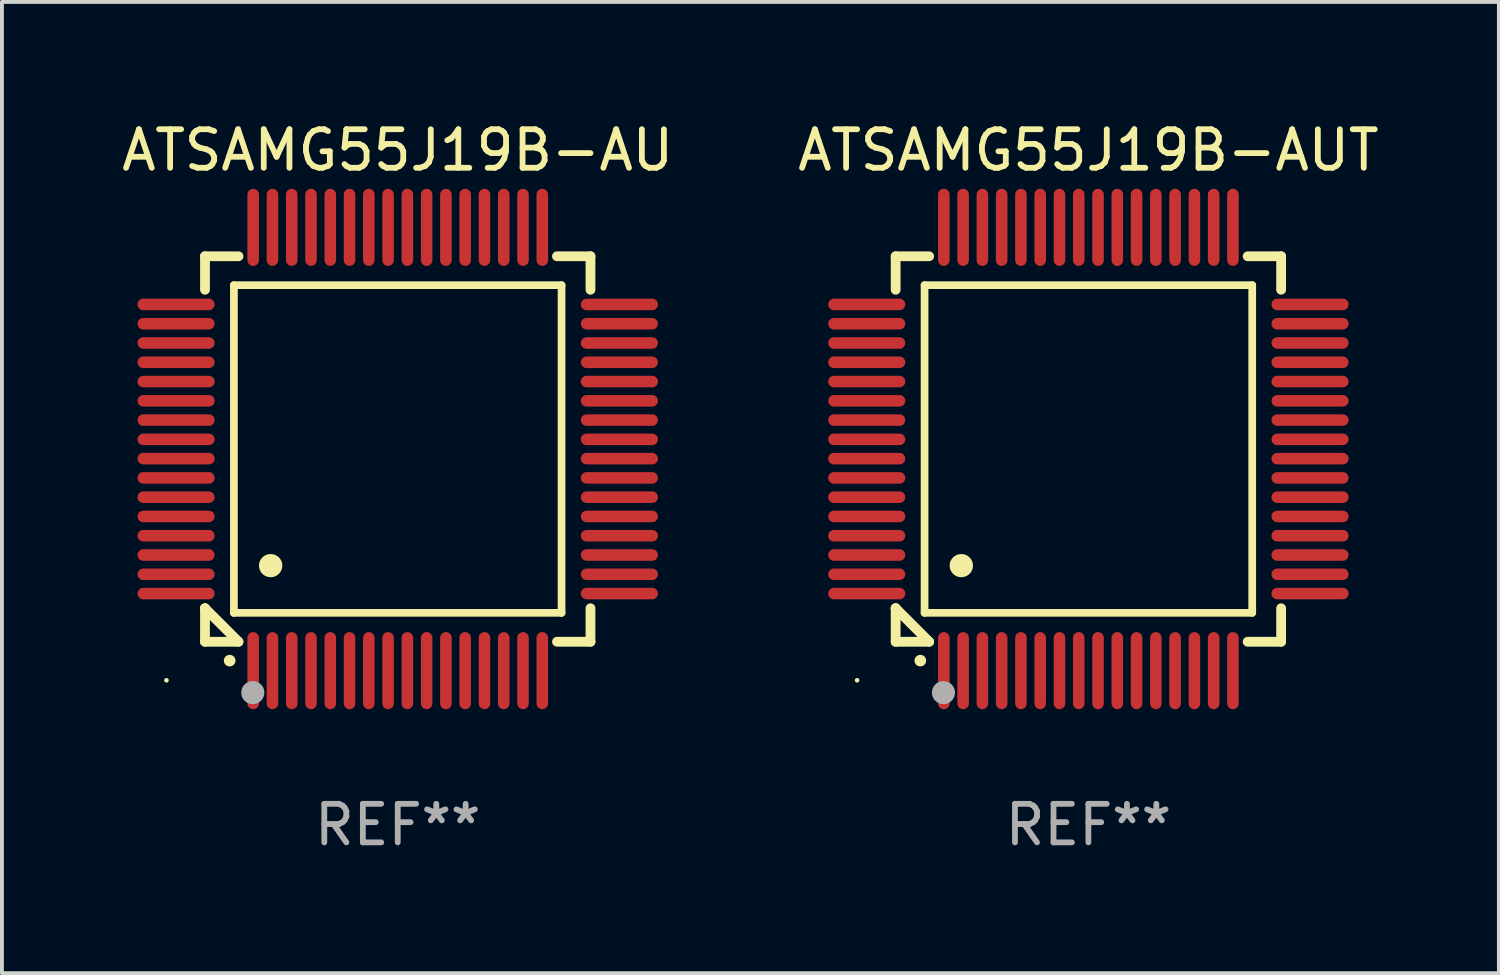
<source format=kicad_pcb>
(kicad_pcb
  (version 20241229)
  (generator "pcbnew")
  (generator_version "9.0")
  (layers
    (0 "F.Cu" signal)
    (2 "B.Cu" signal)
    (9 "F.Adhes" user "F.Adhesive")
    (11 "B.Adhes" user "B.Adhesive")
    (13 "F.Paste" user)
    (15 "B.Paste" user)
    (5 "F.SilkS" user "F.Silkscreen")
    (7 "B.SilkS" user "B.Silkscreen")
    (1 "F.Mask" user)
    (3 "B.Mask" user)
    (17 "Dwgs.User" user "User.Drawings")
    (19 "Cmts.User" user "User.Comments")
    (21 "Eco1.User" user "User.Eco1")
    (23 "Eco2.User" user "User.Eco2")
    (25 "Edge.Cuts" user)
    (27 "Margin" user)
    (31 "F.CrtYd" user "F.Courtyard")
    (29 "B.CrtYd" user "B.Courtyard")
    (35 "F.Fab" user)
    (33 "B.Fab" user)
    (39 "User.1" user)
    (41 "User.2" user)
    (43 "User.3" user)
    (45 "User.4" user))
  (footprint "ATSAMG55J19B-AU"
    (layer "F.Cu")
    (at 7.268 8.598)
    (property "Reference" "ATSAMG55J19B-AU" (at 0 -7.75 0) (layer "F.SilkS") (effects (font (size 1 1) (thickness 0.15))))
    (attr through_hole)
    (fp_line (start -5 -5) (end -4.131 -5) (stroke (width 0.254) (type solid)) (layer "F.SilkS"))
    (fp_line (start -5 -4.131) (end -5 -5) (stroke (width 0.254) (type solid)) (layer "F.SilkS"))
    (fp_line (start -5 4.131) (end -5 4.131) (stroke (width 0.254) (type solid)) (layer "F.SilkS"))
    (fp_line (start -5 5) (end -5 4.131) (stroke (width 0.254) (type solid)) (layer "F.SilkS"))
    (fp_line (start -5 4.131) (end -4.131 5) (stroke (width 0.254) (type solid)) (layer "F.SilkS"))
    (fp_line (start -4.25 -4.25) (end -4.25 4.25) (stroke (width 0.2) (type solid)) (layer "F.SilkS"))
    (fp_line (start -4.25 4.25) (end 4.25 4.25) (stroke (width 0.2) (type solid)) (layer "F.SilkS"))
    (fp_line (start -4.131 5) (end -5 5) (stroke (width 0.254) (type solid)) (layer "F.SilkS"))
    (fp_line (start 4.25 -4.25) (end -4.25 -4.25) (stroke (width 0.2) (type solid)) (layer "F.SilkS"))
    (fp_line (start 4.25 4.25) (end 4.25 -4.25) (stroke (width 0.2) (type solid)) (layer "F.SilkS"))
    (fp_line (start 5 -5) (end 4.131 -5) (stroke (width 0.254) (type solid)) (layer "F.SilkS"))
    (fp_line (start 5 -5) (end 5 -4.131) (stroke (width 0.254) (type solid)) (layer "F.SilkS"))
    (fp_line (start 5 4.131) (end 5 5) (stroke (width 0.254) (type solid)) (layer "F.SilkS"))
    (fp_line (start 5 5) (end 4.131 5) (stroke (width 0.254) (type solid)) (layer "F.SilkS"))
    (fp_arc (start -4.361265 5.489992) (mid -4.359995 5.489987) (end -4.358725 5.489992) (stroke (width 0.3) (type solid)) (layer "F.SilkS"))
    (fp_arc (start -3.299467 3.025146) (mid -3.296927 3.025135) (end -3.294387 3.025146) (stroke (width 0.6) (type solid)) (layer "F.SilkS"))
    (fp_circle (center -6 6) (end -5.97 6) (stroke (width 0.06) (type solid)) (fill no) (layer "F.SilkS"))
    (fp_circle (center -3.76 6.32) (end -3.61 6.32) (stroke (width 0.3) (type solid)) (fill no) (layer "F.Fab"))
    (fp_text user "REF**" (at 0 9.75 0) (layer "F.Fab") (effects (font (size 1 1) (thickness 0.15))))
    (pad "1" smd oval (at -3.75 5.75) (size 0.3 2) (layers "F.Cu" "F.Mask" "F.Paste"))
    (pad "2" smd oval (at -3.25 5.75) (size 0.3 2) (layers "F.Cu" "F.Mask" "F.Paste"))
    (pad "3" smd oval (at -2.75 5.75) (size 0.3 2) (layers "F.Cu" "F.Mask" "F.Paste"))
    (pad "4" smd oval (at -2.25 5.75) (size 0.3 2) (layers "F.Cu" "F.Mask" "F.Paste"))
    (pad "5" smd oval (at -1.75 5.75) (size 0.3 2) (layers "F.Cu" "F.Mask" "F.Paste"))
    (pad "6" smd oval (at -1.25 5.75) (size 0.3 2) (layers "F.Cu" "F.Mask" "F.Paste"))
    (pad "7" smd oval (at -0.75 5.75) (size 0.3 2) (layers "F.Cu" "F.Mask" "F.Paste"))
    (pad "8" smd oval (at -0.25 5.75) (size 0.3 2) (layers "F.Cu" "F.Mask" "F.Paste"))
    (pad "9" smd oval (at 0.25 5.75) (size 0.3 2) (layers "F.Cu" "F.Mask" "F.Paste"))
    (pad "10" smd oval (at 0.75 5.75) (size 0.3 2) (layers "F.Cu" "F.Mask" "F.Paste"))
    (pad "11" smd oval (at 1.25 5.75) (size 0.3 2) (layers "F.Cu" "F.Mask" "F.Paste"))
    (pad "12" smd oval (at 1.75 5.75) (size 0.3 2) (layers "F.Cu" "F.Mask" "F.Paste"))
    (pad "13" smd oval (at 2.25 5.75) (size 0.3 2) (layers "F.Cu" "F.Mask" "F.Paste"))
    (pad "14" smd oval (at 2.75 5.75) (size 0.3 2) (layers "F.Cu" "F.Mask" "F.Paste"))
    (pad "15" smd oval (at 3.25 5.75) (size 0.3 2) (layers "F.Cu" "F.Mask" "F.Paste"))
    (pad "16" smd oval (at 3.75 5.75) (size 0.3 2) (layers "F.Cu" "F.Mask" "F.Paste"))
    (pad "17" smd oval (at 5.75 3.75) (size 2 0.3) (layers "F.Cu" "F.Mask" "F.Paste"))
    (pad "18" smd oval (at 5.75 3.25) (size 2 0.3) (layers "F.Cu" "F.Mask" "F.Paste"))
    (pad "19" smd oval (at 5.75 2.75) (size 2 0.3) (layers "F.Cu" "F.Mask" "F.Paste"))
    (pad "20" smd oval (at 5.75 2.25) (size 2 0.3) (layers "F.Cu" "F.Mask" "F.Paste"))
    (pad "21" smd oval (at 5.75 1.75) (size 2 0.3) (layers "F.Cu" "F.Mask" "F.Paste"))
    (pad "22" smd oval (at 5.75 1.25) (size 2 0.3) (layers "F.Cu" "F.Mask" "F.Paste"))
    (pad "23" smd oval (at 5.75 0.75) (size 2 0.3) (layers "F.Cu" "F.Mask" "F.Paste"))
    (pad "24" smd oval (at 5.75 0.25) (size 2 0.3) (layers "F.Cu" "F.Mask" "F.Paste"))
    (pad "25" smd oval (at 5.75 -0.25) (size 2 0.3) (layers "F.Cu" "F.Mask" "F.Paste"))
    (pad "26" smd oval (at 5.75 -0.75) (size 2 0.3) (layers "F.Cu" "F.Mask" "F.Paste"))
    (pad "27" smd oval (at 5.75 -1.25) (size 2 0.3) (layers "F.Cu" "F.Mask" "F.Paste"))
    (pad "28" smd oval (at 5.75 -1.75) (size 2 0.3) (layers "F.Cu" "F.Mask" "F.Paste"))
    (pad "29" smd oval (at 5.75 -2.25) (size 2 0.3) (layers "F.Cu" "F.Mask" "F.Paste"))
    (pad "30" smd oval (at 5.75 -2.75) (size 2 0.3) (layers "F.Cu" "F.Mask" "F.Paste"))
    (pad "31" smd oval (at 5.75 -3.25) (size 2 0.3) (layers "F.Cu" "F.Mask" "F.Paste"))
    (pad "32" smd oval (at 5.75 -3.75) (size 2 0.3) (layers "F.Cu" "F.Mask" "F.Paste"))
    (pad "33" smd oval (at 3.75 -5.75) (size 0.3 2) (layers "F.Cu" "F.Mask" "F.Paste"))
    (pad "34" smd oval (at 3.25 -5.75) (size 0.3 2) (layers "F.Cu" "F.Mask" "F.Paste"))
    (pad "35" smd oval (at 2.75 -5.75) (size 0.3 2) (layers "F.Cu" "F.Mask" "F.Paste"))
    (pad "36" smd oval (at 2.25 -5.75) (size 0.3 2) (layers "F.Cu" "F.Mask" "F.Paste"))
    (pad "37" smd oval (at 1.75 -5.75) (size 0.3 2) (layers "F.Cu" "F.Mask" "F.Paste"))
    (pad "38" smd oval (at 1.25 -5.75) (size 0.3 2) (layers "F.Cu" "F.Mask" "F.Paste"))
    (pad "39" smd oval (at 0.75 -5.75) (size 0.3 2) (layers "F.Cu" "F.Mask" "F.Paste"))
    (pad "40" smd oval (at 0.25 -5.75) (size 0.3 2) (layers "F.Cu" "F.Mask" "F.Paste"))
    (pad "41" smd oval (at -0.25 -5.75) (size 0.3 2) (layers "F.Cu" "F.Mask" "F.Paste"))
    (pad "42" smd oval (at -0.75 -5.75) (size 0.3 2) (layers "F.Cu" "F.Mask" "F.Paste"))
    (pad "43" smd oval (at -1.25 -5.75) (size 0.3 2) (layers "F.Cu" "F.Mask" "F.Paste"))
    (pad "44" smd oval (at -1.75 -5.75) (size 0.3 2) (layers "F.Cu" "F.Mask" "F.Paste"))
    (pad "45" smd oval (at -2.25 -5.75) (size 0.3 2) (layers "F.Cu" "F.Mask" "F.Paste"))
    (pad "46" smd oval (at -2.75 -5.75) (size 0.3 2) (layers "F.Cu" "F.Mask" "F.Paste"))
    (pad "47" smd oval (at -3.25 -5.75) (size 0.3 2) (layers "F.Cu" "F.Mask" "F.Paste"))
    (pad "48" smd oval (at -3.75 -5.75) (size 0.3 2) (layers "F.Cu" "F.Mask" "F.Paste"))
    (pad "49" smd oval (at -5.75 -3.75) (size 2 0.3) (layers "F.Cu" "F.Mask" "F.Paste"))
    (pad "50" smd oval (at -5.75 -3.25) (size 2 0.3) (layers "F.Cu" "F.Mask" "F.Paste"))
    (pad "51" smd oval (at -5.75 -2.75) (size 2 0.3) (layers "F.Cu" "F.Mask" "F.Paste"))
    (pad "52" smd oval (at -5.75 -2.25) (size 2 0.3) (layers "F.Cu" "F.Mask" "F.Paste"))
    (pad "53" smd oval (at -5.75 -1.75) (size 2 0.3) (layers "F.Cu" "F.Mask" "F.Paste"))
    (pad "54" smd oval (at -5.75 -1.25) (size 2 0.3) (layers "F.Cu" "F.Mask" "F.Paste"))
    (pad "55" smd oval (at -5.75 -0.75) (size 2 0.3) (layers "F.Cu" "F.Mask" "F.Paste"))
    (pad "56" smd oval (at -5.75 -0.25) (size 2 0.3) (layers "F.Cu" "F.Mask" "F.Paste"))
    (pad "57" smd oval (at -5.75 0.25) (size 2 0.3) (layers "F.Cu" "F.Mask" "F.Paste"))
    (pad "58" smd oval (at -5.75 0.75) (size 2 0.3) (layers "F.Cu" "F.Mask" "F.Paste"))
    (pad "59" smd oval (at -5.75 1.25) (size 2 0.3) (layers "F.Cu" "F.Mask" "F.Paste"))
    (pad "60" smd oval (at -5.75 1.75) (size 2 0.3) (layers "F.Cu" "F.Mask" "F.Paste"))
    (pad "61" smd oval (at -5.75 2.25) (size 2 0.3) (layers "F.Cu" "F.Mask" "F.Paste"))
    (pad "62" smd oval (at -5.75 2.75) (size 2 0.3) (layers "F.Cu" "F.Mask" "F.Paste"))
    (pad "63" smd oval (at -5.75 3.25) (size 2 0.3) (layers "F.Cu" "F.Mask" "F.Paste"))
    (pad "64" smd oval (at -5.75 3.75) (size 2 0.3) (layers "F.Cu" "F.Mask" "F.Paste")))
  (footprint "ATSAMG55J19B-AUT"
    (layer "F.Cu")
    (at 25.185 8.598)
    (property "Reference" "ATSAMG55J19B-AUT" (at 0 -7.75 0) (layer "F.SilkS") (effects (font (size 1 1) (thickness 0.15))))
    (attr through_hole)
    (fp_line (start -5 -5) (end -4.131 -5) (stroke (width 0.254) (type solid)) (layer "F.SilkS"))
    (fp_line (start -5 -4.131) (end -5 -5) (stroke (width 0.254) (type solid)) (layer "F.SilkS"))
    (fp_line (start -5 4.131) (end -5 4.131) (stroke (width 0.254) (type solid)) (layer "F.SilkS"))
    (fp_line (start -5 5) (end -5 4.131) (stroke (width 0.254) (type solid)) (layer "F.SilkS"))
    (fp_line (start -5 4.131) (end -4.131 5) (stroke (width 0.254) (type solid)) (layer "F.SilkS"))
    (fp_line (start -4.25 -4.25) (end -4.25 4.25) (stroke (width 0.2) (type solid)) (layer "F.SilkS"))
    (fp_line (start -4.25 4.25) (end 4.25 4.25) (stroke (width 0.2) (type solid)) (layer "F.SilkS"))
    (fp_line (start -4.131 5) (end -5 5) (stroke (width 0.254) (type solid)) (layer "F.SilkS"))
    (fp_line (start 4.25 -4.25) (end -4.25 -4.25) (stroke (width 0.2) (type solid)) (layer "F.SilkS"))
    (fp_line (start 4.25 4.25) (end 4.25 -4.25) (stroke (width 0.2) (type solid)) (layer "F.SilkS"))
    (fp_line (start 5 -5) (end 4.131 -5) (stroke (width 0.254) (type solid)) (layer "F.SilkS"))
    (fp_line (start 5 -5) (end 5 -4.131) (stroke (width 0.254) (type solid)) (layer "F.SilkS"))
    (fp_line (start 5 4.131) (end 5 5) (stroke (width 0.254) (type solid)) (layer "F.SilkS"))
    (fp_line (start 5 5) (end 4.131 5) (stroke (width 0.254) (type solid)) (layer "F.SilkS"))
    (fp_arc (start -4.361265 5.489992) (mid -4.359995 5.489987) (end -4.358725 5.489992) (stroke (width 0.3) (type solid)) (layer "F.SilkS"))
    (fp_arc (start -3.299467 3.025146) (mid -3.296927 3.025135) (end -3.294387 3.025146) (stroke (width 0.6) (type solid)) (layer "F.SilkS"))
    (fp_circle (center -6 6) (end -5.97 6) (stroke (width 0.06) (type solid)) (fill no) (layer "F.SilkS"))
    (fp_circle (center -3.76 6.32) (end -3.61 6.32) (stroke (width 0.3) (type solid)) (fill no) (layer "F.Fab"))
    (fp_text user "REF**" (at 0 9.75 0) (layer "F.Fab") (effects (font (size 1 1) (thickness 0.15))))
    (pad "1" smd oval (at -3.75 5.75) (size 0.3 2) (layers "F.Cu" "F.Mask" "F.Paste"))
    (pad "2" smd oval (at -3.25 5.75) (size 0.3 2) (layers "F.Cu" "F.Mask" "F.Paste"))
    (pad "3" smd oval (at -2.75 5.75) (size 0.3 2) (layers "F.Cu" "F.Mask" "F.Paste"))
    (pad "4" smd oval (at -2.25 5.75) (size 0.3 2) (layers "F.Cu" "F.Mask" "F.Paste"))
    (pad "5" smd oval (at -1.75 5.75) (size 0.3 2) (layers "F.Cu" "F.Mask" "F.Paste"))
    (pad "6" smd oval (at -1.25 5.75) (size 0.3 2) (layers "F.Cu" "F.Mask" "F.Paste"))
    (pad "7" smd oval (at -0.75 5.75) (size 0.3 2) (layers "F.Cu" "F.Mask" "F.Paste"))
    (pad "8" smd oval (at -0.25 5.75) (size 0.3 2) (layers "F.Cu" "F.Mask" "F.Paste"))
    (pad "9" smd oval (at 0.25 5.75) (size 0.3 2) (layers "F.Cu" "F.Mask" "F.Paste"))
    (pad "10" smd oval (at 0.75 5.75) (size 0.3 2) (layers "F.Cu" "F.Mask" "F.Paste"))
    (pad "11" smd oval (at 1.25 5.75) (size 0.3 2) (layers "F.Cu" "F.Mask" "F.Paste"))
    (pad "12" smd oval (at 1.75 5.75) (size 0.3 2) (layers "F.Cu" "F.Mask" "F.Paste"))
    (pad "13" smd oval (at 2.25 5.75) (size 0.3 2) (layers "F.Cu" "F.Mask" "F.Paste"))
    (pad "14" smd oval (at 2.75 5.75) (size 0.3 2) (layers "F.Cu" "F.Mask" "F.Paste"))
    (pad "15" smd oval (at 3.25 5.75) (size 0.3 2) (layers "F.Cu" "F.Mask" "F.Paste"))
    (pad "16" smd oval (at 3.75 5.75) (size 0.3 2) (layers "F.Cu" "F.Mask" "F.Paste"))
    (pad "17" smd oval (at 5.75 3.75) (size 2 0.3) (layers "F.Cu" "F.Mask" "F.Paste"))
    (pad "18" smd oval (at 5.75 3.25) (size 2 0.3) (layers "F.Cu" "F.Mask" "F.Paste"))
    (pad "19" smd oval (at 5.75 2.75) (size 2 0.3) (layers "F.Cu" "F.Mask" "F.Paste"))
    (pad "20" smd oval (at 5.75 2.25) (size 2 0.3) (layers "F.Cu" "F.Mask" "F.Paste"))
    (pad "21" smd oval (at 5.75 1.75) (size 2 0.3) (layers "F.Cu" "F.Mask" "F.Paste"))
    (pad "22" smd oval (at 5.75 1.25) (size 2 0.3) (layers "F.Cu" "F.Mask" "F.Paste"))
    (pad "23" smd oval (at 5.75 0.75) (size 2 0.3) (layers "F.Cu" "F.Mask" "F.Paste"))
    (pad "24" smd oval (at 5.75 0.25) (size 2 0.3) (layers "F.Cu" "F.Mask" "F.Paste"))
    (pad "25" smd oval (at 5.75 -0.25) (size 2 0.3) (layers "F.Cu" "F.Mask" "F.Paste"))
    (pad "26" smd oval (at 5.75 -0.75) (size 2 0.3) (layers "F.Cu" "F.Mask" "F.Paste"))
    (pad "27" smd oval (at 5.75 -1.25) (size 2 0.3) (layers "F.Cu" "F.Mask" "F.Paste"))
    (pad "28" smd oval (at 5.75 -1.75) (size 2 0.3) (layers "F.Cu" "F.Mask" "F.Paste"))
    (pad "29" smd oval (at 5.75 -2.25) (size 2 0.3) (layers "F.Cu" "F.Mask" "F.Paste"))
    (pad "30" smd oval (at 5.75 -2.75) (size 2 0.3) (layers "F.Cu" "F.Mask" "F.Paste"))
    (pad "31" smd oval (at 5.75 -3.25) (size 2 0.3) (layers "F.Cu" "F.Mask" "F.Paste"))
    (pad "32" smd oval (at 5.75 -3.75) (size 2 0.3) (layers "F.Cu" "F.Mask" "F.Paste"))
    (pad "33" smd oval (at 3.75 -5.75) (size 0.3 2) (layers "F.Cu" "F.Mask" "F.Paste"))
    (pad "34" smd oval (at 3.25 -5.75) (size 0.3 2) (layers "F.Cu" "F.Mask" "F.Paste"))
    (pad "35" smd oval (at 2.75 -5.75) (size 0.3 2) (layers "F.Cu" "F.Mask" "F.Paste"))
    (pad "36" smd oval (at 2.25 -5.75) (size 0.3 2) (layers "F.Cu" "F.Mask" "F.Paste"))
    (pad "37" smd oval (at 1.75 -5.75) (size 0.3 2) (layers "F.Cu" "F.Mask" "F.Paste"))
    (pad "38" smd oval (at 1.25 -5.75) (size 0.3 2) (layers "F.Cu" "F.Mask" "F.Paste"))
    (pad "39" smd oval (at 0.75 -5.75) (size 0.3 2) (layers "F.Cu" "F.Mask" "F.Paste"))
    (pad "40" smd oval (at 0.25 -5.75) (size 0.3 2) (layers "F.Cu" "F.Mask" "F.Paste"))
    (pad "41" smd oval (at -0.25 -5.75) (size 0.3 2) (layers "F.Cu" "F.Mask" "F.Paste"))
    (pad "42" smd oval (at -0.75 -5.75) (size 0.3 2) (layers "F.Cu" "F.Mask" "F.Paste"))
    (pad "43" smd oval (at -1.25 -5.75) (size 0.3 2) (layers "F.Cu" "F.Mask" "F.Paste"))
    (pad "44" smd oval (at -1.75 -5.75) (size 0.3 2) (layers "F.Cu" "F.Mask" "F.Paste"))
    (pad "45" smd oval (at -2.25 -5.75) (size 0.3 2) (layers "F.Cu" "F.Mask" "F.Paste"))
    (pad "46" smd oval (at -2.75 -5.75) (size 0.3 2) (layers "F.Cu" "F.Mask" "F.Paste"))
    (pad "47" smd oval (at -3.25 -5.75) (size 0.3 2) (layers "F.Cu" "F.Mask" "F.Paste"))
    (pad "48" smd oval (at -3.75 -5.75) (size 0.3 2) (layers "F.Cu" "F.Mask" "F.Paste"))
    (pad "49" smd oval (at -5.75 -3.75) (size 2 0.3) (layers "F.Cu" "F.Mask" "F.Paste"))
    (pad "50" smd oval (at -5.75 -3.25) (size 2 0.3) (layers "F.Cu" "F.Mask" "F.Paste"))
    (pad "51" smd oval (at -5.75 -2.75) (size 2 0.3) (layers "F.Cu" "F.Mask" "F.Paste"))
    (pad "52" smd oval (at -5.75 -2.25) (size 2 0.3) (layers "F.Cu" "F.Mask" "F.Paste"))
    (pad "53" smd oval (at -5.75 -1.75) (size 2 0.3) (layers "F.Cu" "F.Mask" "F.Paste"))
    (pad "54" smd oval (at -5.75 -1.25) (size 2 0.3) (layers "F.Cu" "F.Mask" "F.Paste"))
    (pad "55" smd oval (at -5.75 -0.75) (size 2 0.3) (layers "F.Cu" "F.Mask" "F.Paste"))
    (pad "56" smd oval (at -5.75 -0.25) (size 2 0.3) (layers "F.Cu" "F.Mask" "F.Paste"))
    (pad "57" smd oval (at -5.75 0.25) (size 2 0.3) (layers "F.Cu" "F.Mask" "F.Paste"))
    (pad "58" smd oval (at -5.75 0.75) (size 2 0.3) (layers "F.Cu" "F.Mask" "F.Paste"))
    (pad "59" smd oval (at -5.75 1.25) (size 2 0.3) (layers "F.Cu" "F.Mask" "F.Paste"))
    (pad "60" smd oval (at -5.75 1.75) (size 2 0.3) (layers "F.Cu" "F.Mask" "F.Paste"))
    (pad "61" smd oval (at -5.75 2.25) (size 2 0.3) (layers "F.Cu" "F.Mask" "F.Paste"))
    (pad "62" smd oval (at -5.75 2.75) (size 2 0.3) (layers "F.Cu" "F.Mask" "F.Paste"))
    (pad "63" smd oval (at -5.75 3.25) (size 2 0.3) (layers "F.Cu" "F.Mask" "F.Paste"))
    (pad "64" smd oval (at -5.75 3.75) (size 2 0.3) (layers "F.Cu" "F.Mask" "F.Paste")))
  (gr_rect
    (start -3 -3)
    (end 35.833 22.196)
    (stroke (width 0.1) (type default))
    (fill no)
    (layer "Edge.Cuts")))
</source>
